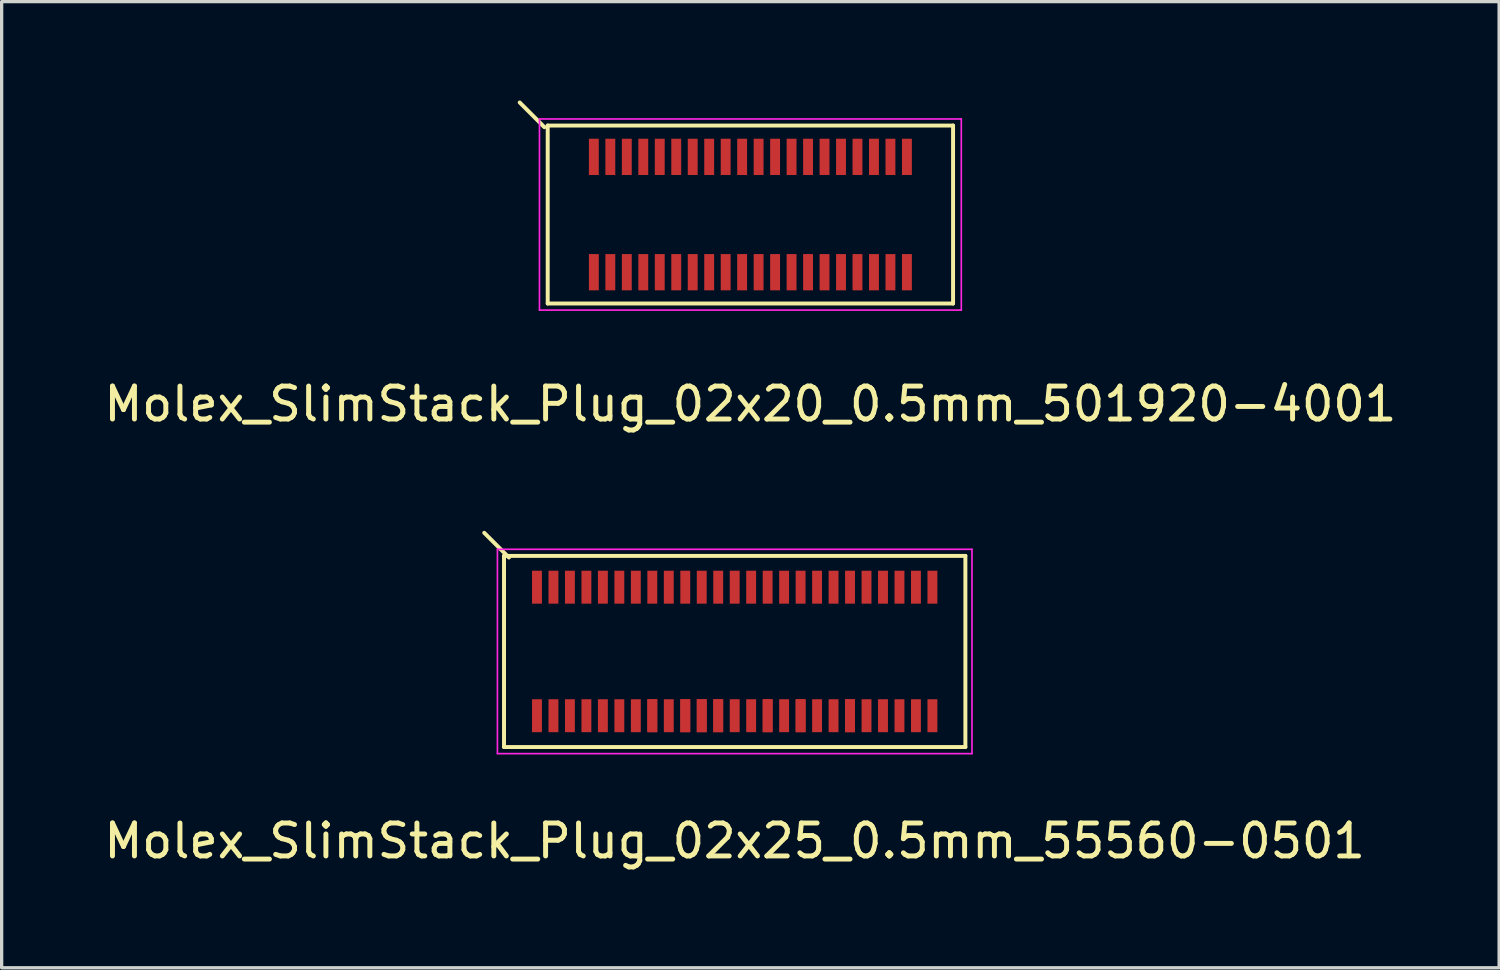
<source format=kicad_pcb>
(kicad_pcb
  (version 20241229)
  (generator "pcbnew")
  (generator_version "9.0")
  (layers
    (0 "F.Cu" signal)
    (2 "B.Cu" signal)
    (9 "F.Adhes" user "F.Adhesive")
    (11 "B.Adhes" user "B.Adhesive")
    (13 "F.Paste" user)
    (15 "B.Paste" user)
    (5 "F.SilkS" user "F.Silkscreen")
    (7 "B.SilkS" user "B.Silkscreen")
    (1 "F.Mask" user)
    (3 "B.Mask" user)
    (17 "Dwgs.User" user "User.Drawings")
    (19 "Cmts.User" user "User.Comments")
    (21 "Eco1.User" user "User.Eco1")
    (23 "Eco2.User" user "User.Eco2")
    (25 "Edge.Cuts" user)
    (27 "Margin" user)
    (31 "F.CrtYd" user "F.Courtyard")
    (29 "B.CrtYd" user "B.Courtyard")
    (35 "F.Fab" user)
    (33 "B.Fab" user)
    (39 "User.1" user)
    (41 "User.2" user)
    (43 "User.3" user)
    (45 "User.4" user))
  (footprint "Molex_SlimStack_Plug_02x20_0.5mm_501920-4001"
    (layer "F.Cu")
    (at 19.72 3.46)
    (property "Reference" "Molex_SlimStack_Plug_02x20_0.5mm_501920-4001" (at 0 5.75 0) (layer "F.SilkS") (effects (font (size 1 1) (thickness 0.15))))
    (attr smd)
    (fp_line (start -6.25 -2.65) (end -7 -3.4) (stroke (width 0.12) (type solid)) (layer "F.SilkS"))
    (fp_line (start -6.15 -2.7) (end -6.15 2.7) (stroke (width 0.12) (type solid)) (layer "F.SilkS"))
    (fp_line (start -6.15 2.7) (end 6.15 2.7) (stroke (width 0.12) (type solid)) (layer "F.SilkS"))
    (fp_line (start 6.15 -2.7) (end -6.15 -2.7) (stroke (width 0.12) (type solid)) (layer "F.SilkS"))
    (fp_line (start 6.15 2.7) (end 6.15 -2.7) (stroke (width 0.12) (type solid)) (layer "F.SilkS"))
    (fp_line (start -6.4 -2.9) (end -6.4 2.9) (stroke (width 0.05) (type solid)) (layer "F.CrtYd"))
    (fp_line (start -6.4 2.9) (end 6.4 2.9) (stroke (width 0.05) (type solid)) (layer "F.CrtYd"))
    (fp_line (start 6.4 -2.9) (end -6.4 -2.9) (stroke (width 0.05) (type solid)) (layer "F.CrtYd"))
    (fp_line (start 6.4 2.9) (end 6.4 -2.9) (stroke (width 0.05) (type solid)) (layer "F.CrtYd"))
    (pad "1" smd rect (at -4.75 -1.75) (size 0.3 1.1) (layers "F.Cu" "F.Mask" "F.Paste"))
    (pad "2" smd rect (at -4.75 1.75) (size 0.3 1.1) (layers "F.Cu" "F.Mask" "F.Paste"))
    (pad "3" smd rect (at -4.25 -1.75) (size 0.3 1.1) (layers "F.Cu" "F.Mask" "F.Paste"))
    (pad "4" smd rect (at -4.25 1.75) (size 0.3 1.1) (layers "F.Cu" "F.Mask" "F.Paste"))
    (pad "5" smd rect (at -3.75 -1.75) (size 0.3 1.1) (layers "F.Cu" "F.Mask" "F.Paste"))
    (pad "6" smd rect (at -3.75 1.75) (size 0.3 1.1) (layers "F.Cu" "F.Mask" "F.Paste"))
    (pad "7" smd rect (at -3.25 -1.75) (size 0.3 1.1) (layers "F.Cu" "F.Mask" "F.Paste"))
    (pad "8" smd rect (at -3.25 1.75) (size 0.3 1.1) (layers "F.Cu" "F.Mask" "F.Paste"))
    (pad "9" smd rect (at -2.75 -1.75) (size 0.3 1.1) (layers "F.Cu" "F.Mask" "F.Paste"))
    (pad "10" smd rect (at -2.75 1.75) (size 0.3 1.1) (layers "F.Cu" "F.Mask" "F.Paste"))
    (pad "11" smd rect (at -2.25 -1.75) (size 0.3 1.1) (layers "F.Cu" "F.Mask" "F.Paste"))
    (pad "12" smd rect (at -2.25 1.75) (size 0.3 1.1) (layers "F.Cu" "F.Mask" "F.Paste"))
    (pad "13" smd rect (at -1.75 -1.75) (size 0.3 1.1) (layers "F.Cu" "F.Mask" "F.Paste"))
    (pad "14" smd rect (at -1.75 1.75) (size 0.3 1.1) (layers "F.Cu" "F.Mask" "F.Paste"))
    (pad "15" smd rect (at -1.25 -1.75) (size 0.3 1.1) (layers "F.Cu" "F.Mask" "F.Paste"))
    (pad "16" smd rect (at -1.25 1.75) (size 0.3 1.1) (layers "F.Cu" "F.Mask" "F.Paste"))
    (pad "17" smd rect (at -0.75 -1.75) (size 0.3 1.1) (layers "F.Cu" "F.Mask" "F.Paste"))
    (pad "18" smd rect (at -0.75 1.75) (size 0.3 1.1) (layers "F.Cu" "F.Mask" "F.Paste"))
    (pad "19" smd rect (at -0.25 -1.75) (size 0.3 1.1) (layers "F.Cu" "F.Mask" "F.Paste"))
    (pad "20" smd rect (at -0.25 1.75) (size 0.3 1.1) (layers "F.Cu" "F.Mask" "F.Paste"))
    (pad "21" smd rect (at 0.25 -1.75) (size 0.3 1.1) (layers "F.Cu" "F.Mask" "F.Paste"))
    (pad "22" smd rect (at 0.25 1.75) (size 0.3 1.1) (layers "F.Cu" "F.Mask" "F.Paste"))
    (pad "23" smd rect (at 0.75 -1.75) (size 0.3 1.1) (layers "F.Cu" "F.Mask" "F.Paste"))
    (pad "24" smd rect (at 0.75 1.75) (size 0.3 1.1) (layers "F.Cu" "F.Mask" "F.Paste"))
    (pad "25" smd rect (at 1.25 -1.75) (size 0.3 1.1) (layers "F.Cu" "F.Mask" "F.Paste"))
    (pad "26" smd rect (at 1.25 1.75) (size 0.3 1.1) (layers "F.Cu" "F.Mask" "F.Paste"))
    (pad "27" smd rect (at 1.75 -1.75) (size 0.3 1.1) (layers "F.Cu" "F.Mask" "F.Paste"))
    (pad "28" smd rect (at 1.75 1.75) (size 0.3 1.1) (layers "F.Cu" "F.Mask" "F.Paste"))
    (pad "29" smd rect (at 2.25 -1.75) (size 0.3 1.1) (layers "F.Cu" "F.Mask" "F.Paste"))
    (pad "30" smd rect (at 2.25 1.75) (size 0.3 1.1) (layers "F.Cu" "F.Mask" "F.Paste"))
    (pad "31" smd rect (at 2.75 -1.75) (size 0.3 1.1) (layers "F.Cu" "F.Mask" "F.Paste"))
    (pad "32" smd rect (at 2.75 1.75) (size 0.3 1.1) (layers "F.Cu" "F.Mask" "F.Paste"))
    (pad "33" smd rect (at 3.25 -1.75) (size 0.3 1.1) (layers "F.Cu" "F.Mask" "F.Paste"))
    (pad "34" smd rect (at 3.25 1.75) (size 0.3 1.1) (layers "F.Cu" "F.Mask" "F.Paste"))
    (pad "35" smd rect (at 3.75 -1.75) (size 0.3 1.1) (layers "F.Cu" "F.Mask" "F.Paste"))
    (pad "36" smd rect (at 3.75 1.75) (size 0.3 1.1) (layers "F.Cu" "F.Mask" "F.Paste"))
    (pad "37" smd rect (at 4.25 -1.75) (size 0.3 1.1) (layers "F.Cu" "F.Mask" "F.Paste"))
    (pad "38" smd rect (at 4.25 1.75) (size 0.3 1.1) (layers "F.Cu" "F.Mask" "F.Paste"))
    (pad "39" smd rect (at 4.75 -1.75) (size 0.3 1.1) (layers "F.Cu" "F.Mask" "F.Paste"))
    (pad "40" smd rect (at 4.75 1.75) (size 0.3 1.1) (layers "F.Cu" "F.Mask" "F.Paste")))
  (footprint "Molex_SlimStack_Plug_02x25_0.5mm_55560-0501"
    (layer "F.Cu")
    (at 19.244 16.718)
    (property "Reference" "Molex_SlimStack_Plug_02x25_0.5mm_55560-0501" (at 0 5.75 0) (layer "F.SilkS") (effects (font (size 1 1) (thickness 0.15))))
    (attr smd)
    (fp_line (start -7 -2.9) (end -7 2.9) (stroke (width 0.12) (type solid)) (layer "F.SilkS"))
    (fp_line (start -7 2.9) (end 7 2.9) (stroke (width 0.12) (type solid)) (layer "F.SilkS"))
    (fp_line (start -6.85 -2.85) (end -7.6 -3.6) (stroke (width 0.12) (type solid)) (layer "F.SilkS"))
    (fp_line (start 7 -2.9) (end -7 -2.9) (stroke (width 0.12) (type solid)) (layer "F.SilkS"))
    (fp_line (start 7 2.9) (end 7 -2.9) (stroke (width 0.12) (type solid)) (layer "F.SilkS"))
    (fp_line (start -7.2 -3.1) (end -7.2 3.1) (stroke (width 0.05) (type solid)) (layer "F.CrtYd"))
    (fp_line (start -7.2 3.1) (end 7.2 3.1) (stroke (width 0.05) (type solid)) (layer "F.CrtYd"))
    (fp_line (start 7.2 -3.1) (end -7.2 -3.1) (stroke (width 0.05) (type solid)) (layer "F.CrtYd"))
    (fp_line (start 7.2 3.1) (end 7.2 -3.1) (stroke (width 0.05) (type solid)) (layer "F.CrtYd"))
    (pad "1" smd rect (at -6 -1.95) (size 0.3 1) (layers "F.Cu" "F.Mask" "F.Paste"))
    (pad "2" smd rect (at -6 1.95) (size 0.3 1) (layers "F.Cu" "F.Mask" "F.Paste"))
    (pad "3" smd rect (at -5.5 -1.95) (size 0.3 1) (layers "F.Cu" "F.Mask" "F.Paste"))
    (pad "4" smd rect (at -5.5 1.95) (size 0.3 1) (layers "F.Cu" "F.Mask" "F.Paste"))
    (pad "5" smd rect (at -5 -1.95) (size 0.3 1) (layers "F.Cu" "F.Mask" "F.Paste"))
    (pad "6" smd rect (at -5 1.95) (size 0.3 1) (layers "F.Cu" "F.Mask" "F.Paste"))
    (pad "7" smd rect (at -4.5 -1.95) (size 0.3 1) (layers "F.Cu" "F.Mask" "F.Paste"))
    (pad "8" smd rect (at -4.5 1.95) (size 0.3 1) (layers "F.Cu" "F.Mask" "F.Paste"))
    (pad "9" smd rect (at -4 -1.95) (size 0.3 1) (layers "F.Cu" "F.Mask" "F.Paste"))
    (pad "10" smd rect (at -4 1.95) (size 0.3 1) (layers "F.Cu" "F.Mask" "F.Paste"))
    (pad "11" smd rect (at -3.5 -1.95) (size 0.3 1) (layers "F.Cu" "F.Mask" "F.Paste"))
    (pad "12" smd rect (at -3.5 1.95) (size 0.3 1) (layers "F.Cu" "F.Mask" "F.Paste"))
    (pad "13" smd rect (at -3 -1.95) (size 0.3 1) (layers "F.Cu" "F.Mask" "F.Paste"))
    (pad "14" smd rect (at -3 1.95) (size 0.3 1) (layers "F.Cu" "F.Mask" "F.Paste"))
    (pad "15" smd rect (at -2.5 -1.95) (size 0.3 1) (layers "F.Cu" "F.Mask" "F.Paste"))
    (pad "16" smd rect (at -2.5 1.95) (size 0.3 1) (layers "F.Cu" "F.Mask" "F.Paste"))
    (pad "16" smd rect (at -2.5 1.95) (size 0.3 1) (layers "F.Cu" "F.Mask" "F.Paste"))
    (pad "17" smd rect (at -2 -1.95) (size 0.3 1) (layers "F.Cu" "F.Mask" "F.Paste"))
    (pad "18" smd rect (at -2 1.95) (size 0.3 1) (layers "F.Cu" "F.Mask" "F.Paste"))
    (pad "19" smd rect (at -1.5 -1.95) (size 0.3 1) (layers "F.Cu" "F.Mask" "F.Paste"))
    (pad "20" smd rect (at -1.5 1.95) (size 0.3 1) (layers "F.Cu" "F.Mask" "F.Paste"))
    (pad "20" smd rect (at -1.5 1.95) (size 0.3 1) (layers "F.Cu" "F.Mask" "F.Paste"))
    (pad "21" smd rect (at -1 -1.95) (size 0.3 1) (layers "F.Cu" "F.Mask" "F.Paste"))
    (pad "22" smd rect (at -1 1.95) (size 0.3 1) (layers "F.Cu" "F.Mask" "F.Paste"))
    (pad "22" smd rect (at -1 1.95) (size 0.3 1) (layers "F.Cu" "F.Mask" "F.Paste"))
    (pad "23" smd rect (at -0.5 -1.95) (size 0.3 1) (layers "F.Cu" "F.Mask" "F.Paste"))
    (pad "24" smd rect (at -0.5 1.95) (size 0.3 1) (layers "F.Cu" "F.Mask" "F.Paste"))
    (pad "24" smd rect (at -0.5 1.95) (size 0.3 1) (layers "F.Cu" "F.Mask" "F.Paste"))
    (pad "25" smd rect (at 0 -1.95) (size 0.3 1) (layers "F.Cu" "F.Mask" "F.Paste"))
    (pad "26" smd rect (at 0 1.95) (size 0.3 1) (layers "F.Cu" "F.Mask" "F.Paste"))
    (pad "27" smd rect (at 0.5 -1.95) (size 0.3 1) (layers "F.Cu" "F.Mask" "F.Paste"))
    (pad "28" smd rect (at 0.5 1.95) (size 0.3 1) (layers "F.Cu" "F.Mask" "F.Paste"))
    (pad "29" smd rect (at 1 -1.95) (size 0.3 1) (layers "F.Cu" "F.Mask" "F.Paste"))
    (pad "30" smd rect (at 1 1.95) (size 0.3 1) (layers "F.Cu" "F.Mask" "F.Paste"))
    (pad "30" smd rect (at 1 1.95) (size 0.3 1) (layers "F.Cu" "F.Mask" "F.Paste"))
    (pad "31" smd rect (at 1.5 -1.95) (size 0.3 1) (layers "F.Cu" "F.Mask" "F.Paste"))
    (pad "32" smd rect (at 1.5 1.95) (size 0.3 1) (layers "F.Cu" "F.Mask" "F.Paste"))
    (pad "33" smd rect (at 2 -1.95) (size 0.3 1) (layers "F.Cu" "F.Mask" "F.Paste"))
    (pad "34" smd rect (at 2 1.95) (size 0.3 1) (layers "F.Cu" "F.Mask" "F.Paste"))
    (pad "34" smd rect (at 2 1.95) (size 0.3 1) (layers "F.Cu" "F.Mask" "F.Paste"))
    (pad "35" smd rect (at 2.5 -1.95) (size 0.3 1) (layers "F.Cu" "F.Mask" "F.Paste"))
    (pad "36" smd rect (at 2.5 1.95) (size 0.3 1) (layers "F.Cu" "F.Mask" "F.Paste"))
    (pad "37" smd rect (at 3 -1.95) (size 0.3 1) (layers "F.Cu" "F.Mask" "F.Paste"))
    (pad "38" smd rect (at 3 1.95) (size 0.3 1) (layers "F.Cu" "F.Mask" "F.Paste"))
    (pad "39" smd rect (at 3.5 -1.95) (size 0.3 1) (layers "F.Cu" "F.Mask" "F.Paste"))
    (pad "40" smd rect (at 3.5 1.95) (size 0.3 1) (layers "F.Cu" "F.Mask" "F.Paste"))
    (pad "40" smd rect (at 3.5 1.95) (size 0.3 1) (layers "F.Cu" "F.Mask" "F.Paste"))
    (pad "41" smd rect (at 4 -1.95) (size 0.3 1) (layers "F.Cu" "F.Mask" "F.Paste"))
    (pad "42" smd rect (at 4 1.95) (size 0.3 1) (layers "F.Cu" "F.Mask" "F.Paste"))
    (pad "43" smd rect (at 4.5 -1.95) (size 0.3 1) (layers "F.Cu" "F.Mask" "F.Paste"))
    (pad "44" smd rect (at 4.5 1.95) (size 0.3 1) (layers "F.Cu" "F.Mask" "F.Paste"))
    (pad "45" smd rect (at 5 -1.95) (size 0.3 1) (layers "F.Cu" "F.Mask" "F.Paste"))
    (pad "46" smd rect (at 5 1.95) (size 0.3 1) (layers "F.Cu" "F.Mask" "F.Paste"))
    (pad "47" smd rect (at 5.5 -1.95) (size 0.3 1) (layers "F.Cu" "F.Mask" "F.Paste"))
    (pad "48" smd rect (at 5.5 1.95) (size 0.3 1) (layers "F.Cu" "F.Mask" "F.Paste"))
    (pad "49" smd rect (at 6 -1.95) (size 0.3 1) (layers "F.Cu" "F.Mask" "F.Paste"))
    (pad "50" smd rect (at 6 1.95) (size 0.3 1) (layers "F.Cu" "F.Mask" "F.Paste")))
  (gr_rect
    (start -3 -3)
    (end 42.44 26.317)
    (stroke (width 0.1) (type default))
    (fill no)
    (layer "Edge.Cuts")))
</source>
